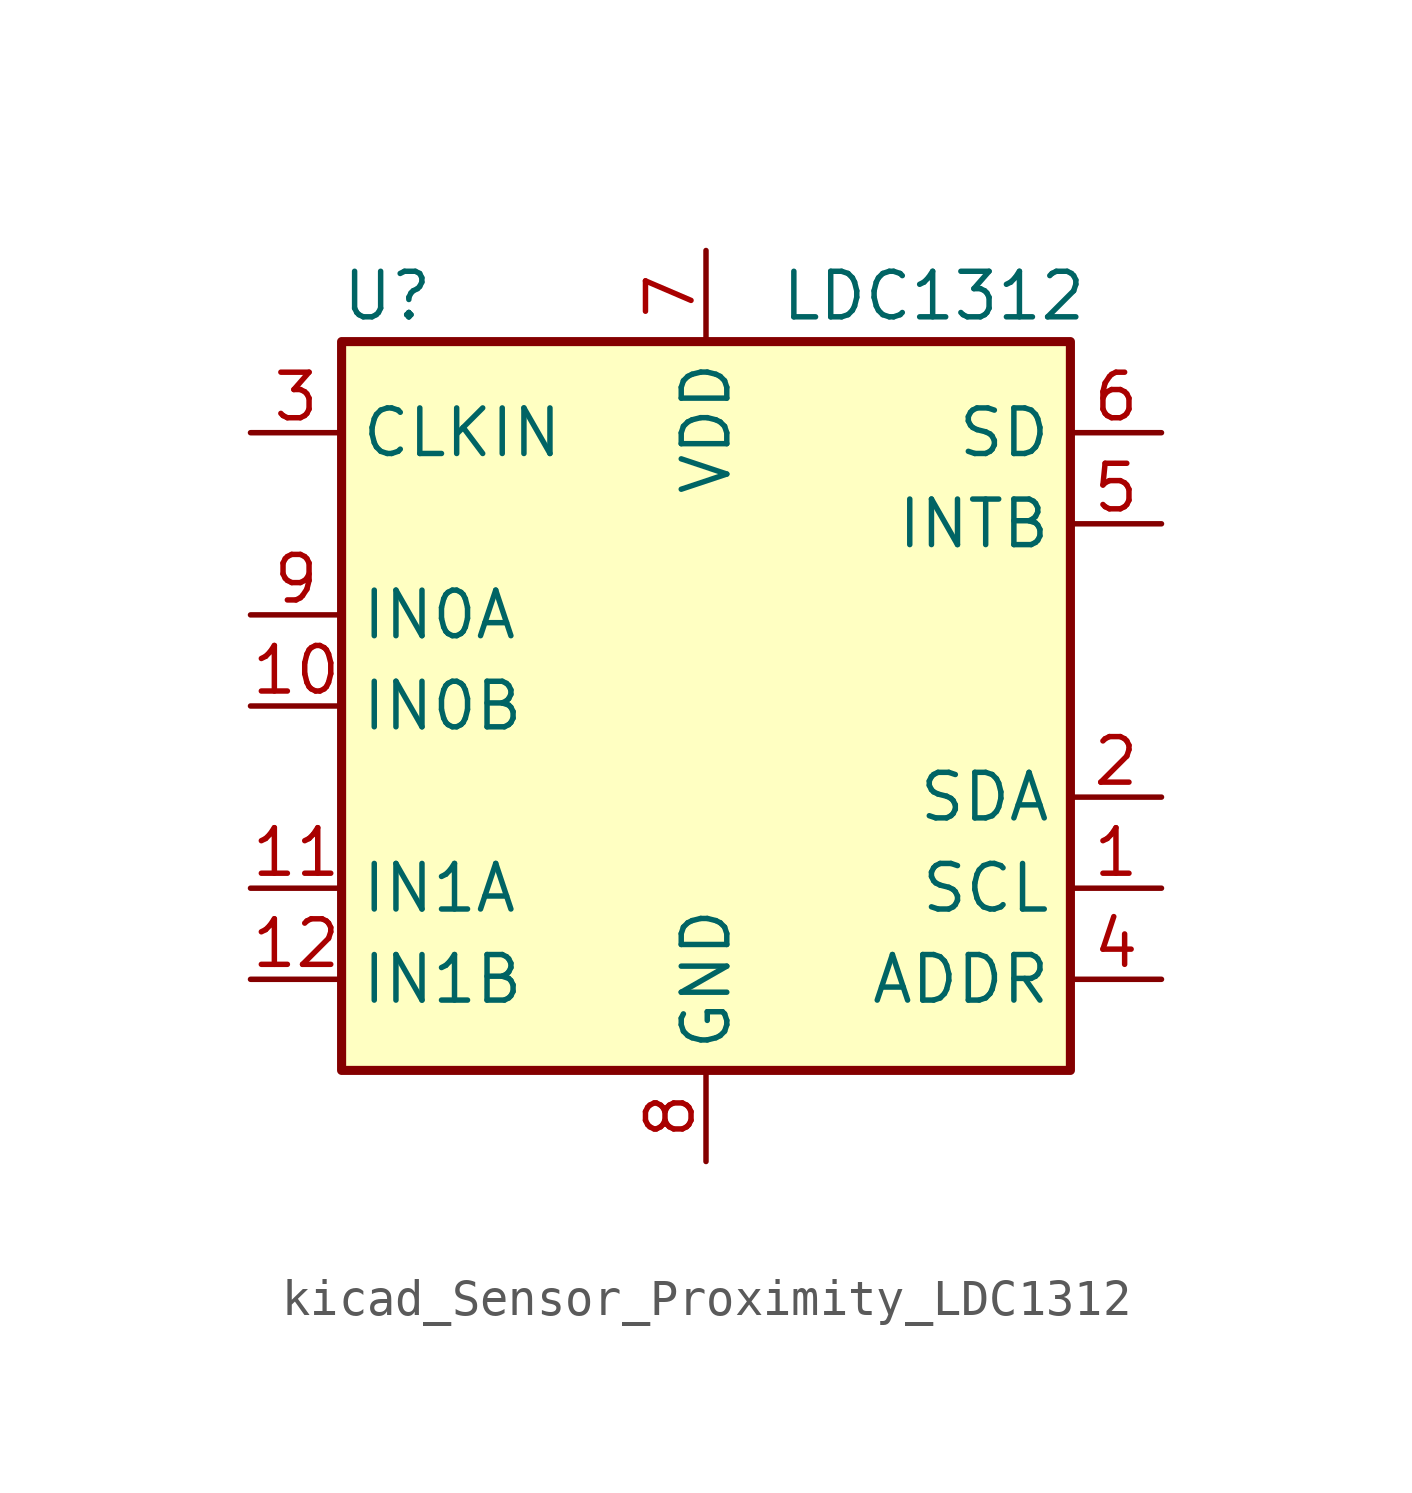
<source format=kicad_sym>
(kicad_symbol_lib
  (version 20220914)
  (generator kicad_symbol_editor)
  (symbol "kicad_Sensor_Proximity_LDC1312"
    (property "Reference" "U"
      (at -8.89 11.43 0)
      (effects (font (size 1.27 1.27))))
    (property "Value" "LDC1312"
      (at 6.35 11.43 0)
      (effects (font (size 1.27 1.27))))
    (symbol "kicad_Sensor_Proximity_LDC1312_0_1"
      (rectangle (start -10.16 -10.16) (end 10.16 10.16) (stroke (width 0.254) (type default)) (fill (type background))))
    (symbol "kicad_Sensor_Proximity_LDC1312_1_1"
      (pin input line (at 12.7 -5.08 180) (length 2.54) (name "SCL" (effects (font (size 1.27 1.27)))) (number "1" (effects (font (size 1.27 1.27)))))
      (pin input line (at -12.7 0 0) (length 2.54) (name "IN0B" (effects (font (size 1.27 1.27)))) (number "10" (effects (font (size 1.27 1.27)))))
      (pin input line (at -12.7 -5.08 0) (length 2.54) (name "IN1A" (effects (font (size 1.27 1.27)))) (number "11" (effects (font (size 1.27 1.27)))))
      (pin input line (at -12.7 -7.62 0) (length 2.54) (name "IN1B" (effects (font (size 1.27 1.27)))) (number "12" (effects (font (size 1.27 1.27)))))
      (pin passive line (at 0 -12.7 90) (length 2.54) hide (name "GND" (effects (font (size 1.27 1.27)))) (number "13" (effects (font (size 1.27 1.27)))))
      (pin bidirectional line (at 12.7 -2.54 180) (length 2.54) (name "SDA" (effects (font (size 1.27 1.27)))) (number "2" (effects (font (size 1.27 1.27)))))
      (pin input line (at -12.7 7.62 0) (length 2.54) (name "CLKIN" (effects (font (size 1.27 1.27)))) (number "3" (effects (font (size 1.27 1.27)))))
      (pin input line (at 12.7 -7.62 180) (length 2.54) (name "ADDR" (effects (font (size 1.27 1.27)))) (number "4" (effects (font (size 1.27 1.27)))))
      (pin open_collector line (at 12.7 5.08 180) (length 2.54) (name "INTB" (effects (font (size 1.27 1.27)))) (number "5" (effects (font (size 1.27 1.27)))))
      (pin input line (at 12.7 7.62 180) (length 2.54) (name "SD" (effects (font (size 1.27 1.27)))) (number "6" (effects (font (size 1.27 1.27)))))
      (pin power_in line (at 0 12.7 270) (length 2.54) (name "VDD" (effects (font (size 1.27 1.27)))) (number "7" (effects (font (size 1.27 1.27)))))
      (pin power_in line (at 0 -12.7 90) (length 2.54) (name "GND" (effects (font (size 1.27 1.27)))) (number "8" (effects (font (size 1.27 1.27)))))
      (pin input line (at -12.7 2.54 0) (length 2.54) (name "IN0A" (effects (font (size 1.27 1.27)))) (number "9" (effects (font (size 1.27 1.27))))))))
</source>
